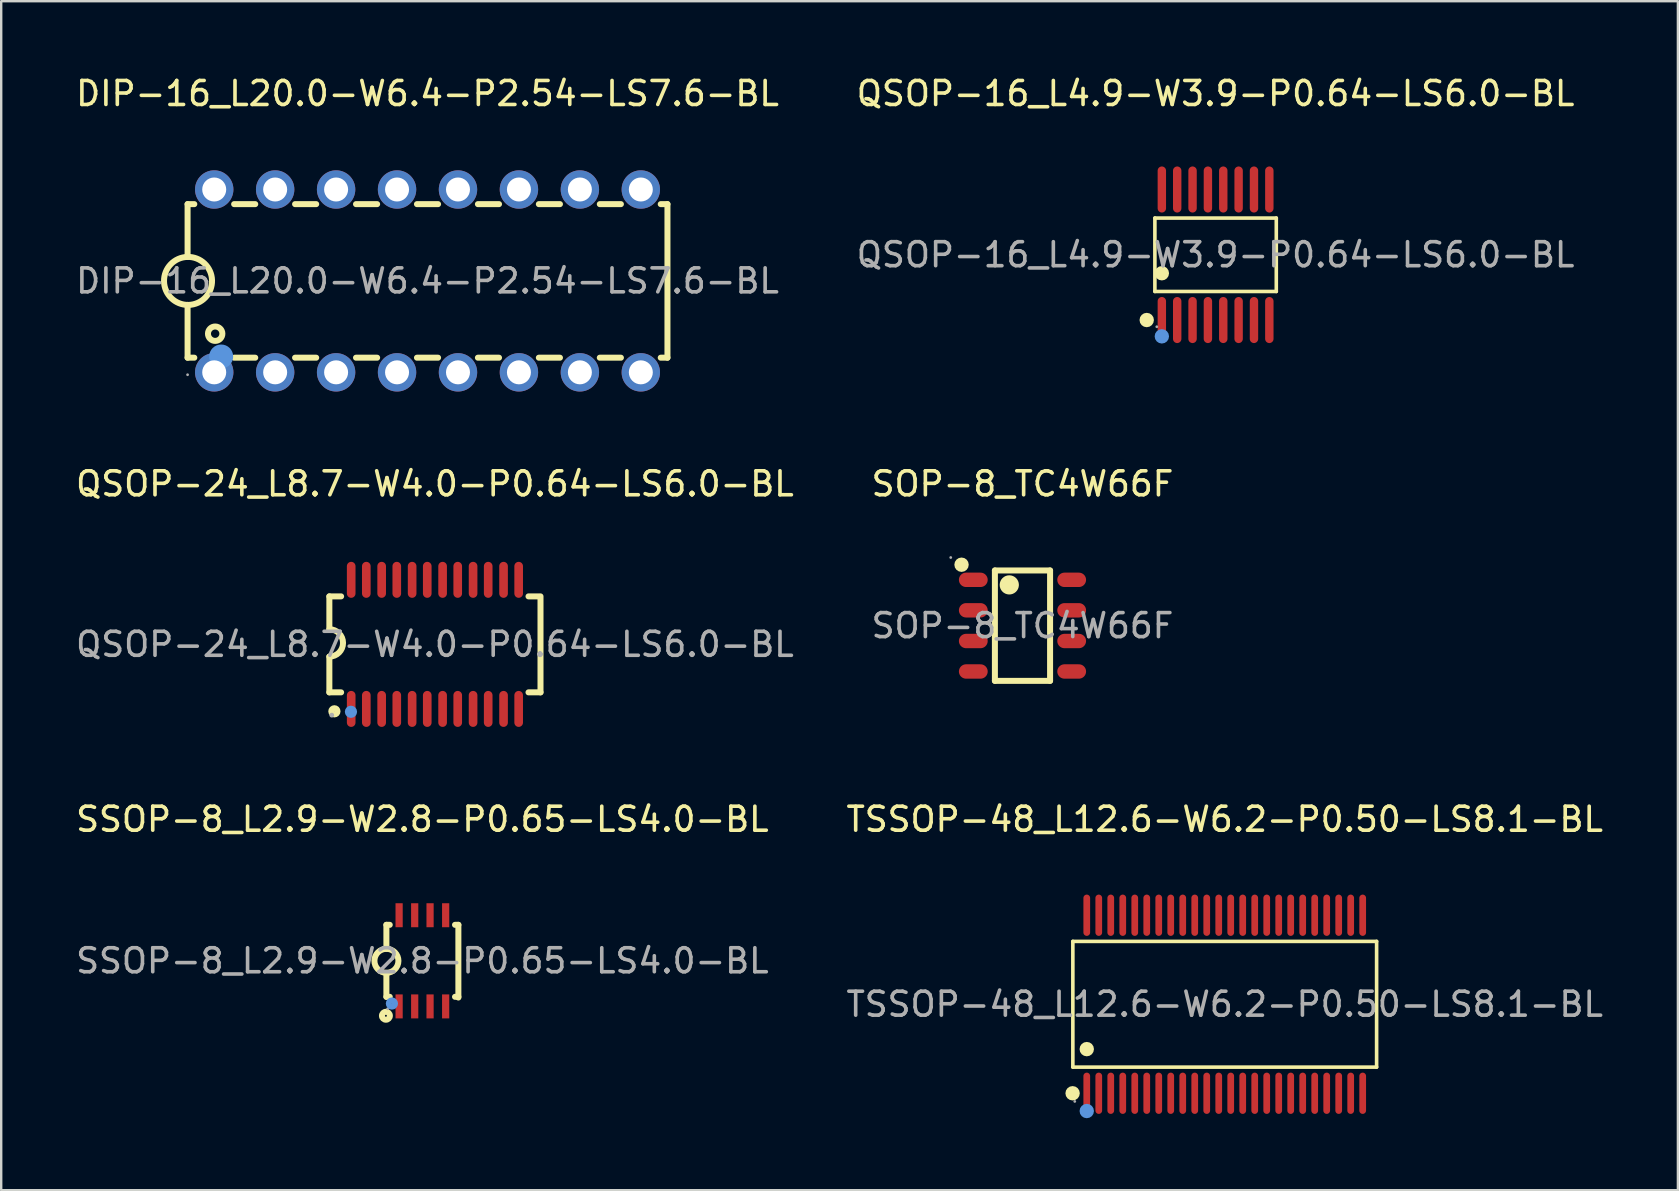
<source format=kicad_pcb>
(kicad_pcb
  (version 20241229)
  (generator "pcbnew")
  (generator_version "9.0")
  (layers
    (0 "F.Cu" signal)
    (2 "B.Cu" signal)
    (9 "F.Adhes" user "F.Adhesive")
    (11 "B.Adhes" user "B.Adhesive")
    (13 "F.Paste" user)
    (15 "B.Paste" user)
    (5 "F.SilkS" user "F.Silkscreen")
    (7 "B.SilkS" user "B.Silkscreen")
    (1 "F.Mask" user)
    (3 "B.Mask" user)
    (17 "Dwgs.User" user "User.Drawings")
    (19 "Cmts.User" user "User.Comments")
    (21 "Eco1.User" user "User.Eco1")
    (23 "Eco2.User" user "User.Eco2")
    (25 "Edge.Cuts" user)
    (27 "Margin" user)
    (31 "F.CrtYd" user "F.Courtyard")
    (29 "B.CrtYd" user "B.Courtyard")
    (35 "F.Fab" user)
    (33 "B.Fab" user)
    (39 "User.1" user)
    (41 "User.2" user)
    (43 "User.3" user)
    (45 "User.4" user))
  (footprint "QSOP-16_L4.9-W3.9-P0.64-LS6.0-BL"
    (layer "F.Cu")
    (at 47.613 7.568)
    (property "Reference" "QSOP-16_L4.9-W3.9-P0.64-LS6.0-BL" (at 0 -6.72 0) (layer "F.SilkS") (effects (font (size 1 1) (thickness 0.15))))
    (attr through_hole)
    (fp_line (start -2.53 -1.53) (end 2.53 -1.53) (stroke (width 0.15) (type solid)) (layer "F.SilkS"))
    (fp_line (start -2.53 1.53) (end -2.53 -1.53) (stroke (width 0.15) (type solid)) (layer "F.SilkS"))
    (fp_line (start 2.53 -1.53) (end 2.53 1.53) (stroke (width 0.15) (type solid)) (layer "F.SilkS"))
    (fp_line (start 2.53 1.53) (end -2.53 1.53) (stroke (width 0.15) (type solid)) (layer "F.SilkS"))
    (fp_circle (center -2.87 2.72) (end -2.72 2.72) (stroke (width 0.3) (type solid)) (fill no) (layer "F.SilkS"))
    (fp_circle (center -2.24 0.77) (end -2.09 0.77) (stroke (width 0.3) (type solid)) (fill no) (layer "F.SilkS"))
    (fp_circle (center -2.24 3.4) (end -2.09 3.4) (stroke (width 0.3) (type solid)) (fill no) (layer "Cmts.User"))
    (fp_circle (center -2.45 3) (end -2.42 3) (stroke (width 0.06) (type solid)) (fill no) (layer "F.Fab"))
    (fp_text user "${REFERENCE}" (at 0 0 0) (layer "F.Fab") (effects (font (size 1 1) (thickness 0.15))))
    (pad "1" smd oval (at -2.24 2.72) (size 0.35 1.92) (layers "F.Cu" "F.Mask" "F.Paste"))
    (pad "2" smd oval (at -1.6 2.72) (size 0.35 1.92) (layers "F.Cu" "F.Mask" "F.Paste"))
    (pad "3" smd oval (at -0.96 2.72) (size 0.35 1.92) (layers "F.Cu" "F.Mask" "F.Paste"))
    (pad "4" smd oval (at -0.32 2.72) (size 0.35 1.92) (layers "F.Cu" "F.Mask" "F.Paste"))
    (pad "5" smd oval (at 0.32 2.72) (size 0.35 1.92) (layers "F.Cu" "F.Mask" "F.Paste"))
    (pad "6" smd oval (at 0.96 2.72) (size 0.35 1.92) (layers "F.Cu" "F.Mask" "F.Paste"))
    (pad "7" smd oval (at 1.6 2.72) (size 0.35 1.92) (layers "F.Cu" "F.Mask" "F.Paste"))
    (pad "8" smd oval (at 2.24 2.72) (size 0.35 1.92) (layers "F.Cu" "F.Mask" "F.Paste"))
    (pad "9" smd oval (at 2.24 -2.72) (size 0.35 1.92) (layers "F.Cu" "F.Mask" "F.Paste"))
    (pad "10" smd oval (at 1.6 -2.72) (size 0.35 1.92) (layers "F.Cu" "F.Mask" "F.Paste"))
    (pad "11" smd oval (at 0.96 -2.72) (size 0.35 1.92) (layers "F.Cu" "F.Mask" "F.Paste"))
    (pad "12" smd oval (at 0.32 -2.72) (size 0.35 1.92) (layers "F.Cu" "F.Mask" "F.Paste"))
    (pad "13" smd oval (at -0.32 -2.72) (size 0.35 1.92) (layers "F.Cu" "F.Mask" "F.Paste"))
    (pad "14" smd oval (at -0.96 -2.72) (size 0.35 1.92) (layers "F.Cu" "F.Mask" "F.Paste"))
    (pad "15" smd oval (at -1.6 -2.72) (size 0.35 1.92) (layers "F.Cu" "F.Mask" "F.Paste"))
    (pad "16" smd oval (at -2.24 -2.72) (size 0.35 1.92) (layers "F.Cu" "F.Mask" "F.Paste")))
  (footprint "SSOP-8_L2.9-W2.8-P0.65-LS4.0-BL"
    (layer "F.Cu")
    (at 14.554 36.995)
    (property "Reference" "SSOP-8_L2.9-W2.8-P0.65-LS4.0-BL" (at 0 -5.9 0) (layer "F.SilkS") (effects (font (size 1 1) (thickness 0.15))))
    (attr through_hole)
    (fp_line (start -1.5 -1.5) (end -1.5 -0.5) (stroke (width 0.25) (type solid)) (layer "F.SilkS"))
    (fp_line (start -1.5 -1.5) (end -1.36 -1.5) (stroke (width 0.25) (type solid)) (layer "F.SilkS"))
    (fp_line (start -1.5 1.5) (end -1.5 0.5) (stroke (width 0.25) (type solid)) (layer "F.SilkS"))
    (fp_line (start -1.5 1.5) (end -1.36 1.5) (stroke (width 0.25) (type solid)) (layer "F.SilkS"))
    (fp_line (start 1.36 -1.5) (end 1.5 -1.5) (stroke (width 0.25) (type solid)) (layer "F.SilkS"))
    (fp_line (start 1.36 1.5) (end 1.5 1.5) (stroke (width 0.25) (type solid)) (layer "F.SilkS"))
    (fp_line (start 1.5 -1.5) (end 1.5 1.53) (stroke (width 0.25) (type solid)) (layer "F.SilkS"))
    (fp_arc (start -1.508726 0.499924) (mid -1.495637 -0.499981) (end -1.5 0.5) (stroke (width 0.25) (type solid)) (layer "F.SilkS"))
    (fp_circle (center -1.52 2.29) (end -1.48 2.29) (stroke (width 0.25) (type solid)) (fill no) (layer "F.SilkS"))
    (fp_circle (center -1.27 1.78) (end -1.14 1.78) (stroke (width 0.25) (type solid)) (fill no) (layer "Cmts.User"))
    (fp_circle (center -1.45 2) (end -1.42 2) (stroke (width 0.06) (type solid)) (fill no) (layer "F.Fab"))
    (fp_text user "${REFERENCE}" (at 0 0 0) (layer "F.Fab") (effects (font (size 1 1) (thickness 0.15))))
    (pad "1" smd rect (at -0.97 1.9) (size 0.3 1) (layers "F.Cu" "F.Mask" "F.Paste"))
    (pad "2" smd rect (at -0.32 1.9) (size 0.3 1) (layers "F.Cu" "F.Mask" "F.Paste"))
    (pad "3" smd rect (at 0.32 1.9) (size 0.3 1) (layers "F.Cu" "F.Mask" "F.Paste"))
    (pad "4" smd rect (at 0.97 1.9) (size 0.3 1) (layers "F.Cu" "F.Mask" "F.Paste"))
    (pad "5" smd rect (at 0.97 -1.9) (size 0.3 1) (layers "F.Cu" "F.Mask" "F.Paste"))
    (pad "6" smd rect (at 0.32 -1.9) (size 0.3 1) (layers "F.Cu" "F.Mask" "F.Paste"))
    (pad "7" smd rect (at -0.32 -1.9) (size 0.3 1) (layers "F.Cu" "F.Mask" "F.Paste"))
    (pad "8" smd rect (at -0.97 -1.9) (size 0.3 1) (layers "F.Cu" "F.Mask" "F.Paste")))
  (footprint "QSOP-24_L8.7-W4.0-P0.64-LS6.0-BL"
    (layer "F.Cu")
    (at 15.077 23.806)
    (property "Reference" "QSOP-24_L8.7-W4.0-P0.64-LS6.0-BL" (at 0 -6.69 0) (layer "F.SilkS") (effects (font (size 1 1) (thickness 0.15))))
    (attr through_hole)
    (fp_line (start -4.4 -2) (end -4.4 -0.63) (stroke (width 0.25) (type solid)) (layer "F.SilkS"))
    (fp_line (start -4.4 -2) (end -3.91 -2) (stroke (width 0.25) (type solid)) (layer "F.SilkS"))
    (fp_line (start -4.4 2) (end -4.4 0.51) (stroke (width 0.25) (type solid)) (layer "F.SilkS"))
    (fp_line (start -4.4 2) (end -3.91 2) (stroke (width 0.25) (type solid)) (layer "F.SilkS"))
    (fp_line (start 3.9 -2) (end 4.31 -2) (stroke (width 0.25) (type solid)) (layer "F.SilkS"))
    (fp_line (start 3.9 2) (end 4.4 2) (stroke (width 0.25) (type solid)) (layer "F.SilkS"))
    (fp_line (start 4.4 2) (end 4.4 -2) (stroke (width 0.25) (type solid)) (layer "F.SilkS"))
    (fp_arc (start -4.4 -0.63) (mid -3.83 -0.06) (end -4.4 0.51) (stroke (width 0.25) (type solid)) (layer "F.SilkS"))
    (fp_circle (center -4.19 2.79) (end -4.06 2.79) (stroke (width 0.25) (type solid)) (fill no) (layer "F.SilkS"))
    (fp_circle (center -3.5 2.81) (end -3.37 2.81) (stroke (width 0.25) (type solid)) (fill no) (layer "Cmts.User"))
    (fp_circle (center -4.3 2.95) (end -4.25 2.95) (stroke (width 0.1) (type solid)) (fill no) (layer "F.Fab"))
    (fp_text user "${REFERENCE}" (at 0 0 0) (layer "F.Fab") (effects (font (size 1 1) (thickness 0.15))))
    (pad "1" smd oval (at -3.49 2.69 90) (size 1.5 0.36) (layers "F.Cu" "F.Mask" "F.Paste"))
    (pad "2" smd oval (at -2.86 2.69 90) (size 1.5 0.36) (layers "F.Cu" "F.Mask" "F.Paste"))
    (pad "3" smd oval (at -2.22 2.69 90) (size 1.5 0.36) (layers "F.Cu" "F.Mask" "F.Paste"))
    (pad "4" smd oval (at -1.59 2.69 90) (size 1.5 0.36) (layers "F.Cu" "F.Mask" "F.Paste"))
    (pad "5" smd oval (at -0.95 2.69 90) (size 1.5 0.36) (layers "F.Cu" "F.Mask" "F.Paste"))
    (pad "6" smd oval (at -0.32 2.69 90) (size 1.5 0.36) (layers "F.Cu" "F.Mask" "F.Paste"))
    (pad "7" smd oval (at 0.32 2.69 90) (size 1.5 0.36) (layers "F.Cu" "F.Mask" "F.Paste"))
    (pad "8" smd oval (at 0.95 2.69 90) (size 1.5 0.36) (layers "F.Cu" "F.Mask" "F.Paste"))
    (pad "9" smd oval (at 1.59 2.69 90) (size 1.5 0.36) (layers "F.Cu" "F.Mask" "F.Paste"))
    (pad "10" smd oval (at 2.22 2.69 90) (size 1.5 0.36) (layers "F.Cu" "F.Mask" "F.Paste"))
    (pad "11" smd oval (at 2.86 2.69 90) (size 1.5 0.36) (layers "F.Cu" "F.Mask" "F.Paste"))
    (pad "12" smd oval (at 3.49 2.69 90) (size 1.5 0.36) (layers "F.Cu" "F.Mask" "F.Paste"))
    (pad "13" smd oval (at 3.49 -2.69 90) (size 1.5 0.36) (layers "F.Cu" "F.Mask" "F.Paste"))
    (pad "14" smd oval (at 2.86 -2.69 90) (size 1.5 0.36) (layers "F.Cu" "F.Mask" "F.Paste"))
    (pad "15" smd oval (at 2.22 -2.69 90) (size 1.5 0.36) (layers "F.Cu" "F.Mask" "F.Paste"))
    (pad "16" smd oval (at 1.59 -2.69 90) (size 1.5 0.36) (layers "F.Cu" "F.Mask" "F.Paste"))
    (pad "17" smd oval (at 0.95 -2.69 90) (size 1.5 0.36) (layers "F.Cu" "F.Mask" "F.Paste"))
    (pad "18" smd oval (at 0.32 -2.69 90) (size 1.5 0.36) (layers "F.Cu" "F.Mask" "F.Paste"))
    (pad "19" smd oval (at -0.32 -2.69 90) (size 1.5 0.36) (layers "F.Cu" "F.Mask" "F.Paste"))
    (pad "20" smd oval (at -0.95 -2.69 90) (size 1.5 0.36) (layers "F.Cu" "F.Mask" "F.Paste"))
    (pad "21" smd oval (at -1.59 -2.69 90) (size 1.5 0.36) (layers "F.Cu" "F.Mask" "F.Paste"))
    (pad "22" smd oval (at -2.22 -2.69 90) (size 1.5 0.36) (layers "F.Cu" "F.Mask" "F.Paste"))
    (pad "23" smd oval (at -2.86 -2.69 90) (size 1.5 0.36) (layers "F.Cu" "F.Mask" "F.Paste"))
    (pad "24" smd oval (at -3.49 -2.69 90) (size 1.5 0.36) (layers "F.Cu" "F.Mask" "F.Paste")))
  (footprint "TSSOP-48_L12.6-W6.2-P0.50-LS8.1-BL"
    (layer "F.Cu")
    (at 47.994 38.805)
    (property "Reference" "TSSOP-48_L12.6-W6.2-P0.50-LS8.1-BL" (at 0 -7.71 0) (layer "F.SilkS") (effects (font (size 1 1) (thickness 0.15))))
    (attr through_hole)
    (fp_line (start -6.33 -2.62) (end 6.33 -2.62) (stroke (width 0.15) (type solid)) (layer "F.SilkS"))
    (fp_line (start -6.33 2.62) (end -6.33 -2.62) (stroke (width 0.15) (type solid)) (layer "F.SilkS"))
    (fp_line (start 6.33 -2.62) (end 6.33 2.62) (stroke (width 0.15) (type solid)) (layer "F.SilkS"))
    (fp_line (start 6.33 2.62) (end -6.33 2.62) (stroke (width 0.15) (type solid)) (layer "F.SilkS"))
    (fp_circle (center -6.34 3.71) (end -6.19 3.71) (stroke (width 0.3) (type solid)) (fill no) (layer "F.SilkS"))
    (fp_circle (center -5.75 1.87) (end -5.6 1.87) (stroke (width 0.3) (type solid)) (fill no) (layer "F.SilkS"))
    (fp_circle (center -5.75 4.45) (end -5.6 4.45) (stroke (width 0.3) (type solid)) (fill no) (layer "Cmts.User"))
    (fp_circle (center -6.25 4.05) (end -6.22 4.05) (stroke (width 0.06) (type solid)) (fill no) (layer "F.Fab"))
    (fp_text user "${REFERENCE}" (at 0 0 0) (layer "F.Fab") (effects (font (size 1 1) (thickness 0.15))))
    (pad "1" smd oval (at -5.75 3.71) (size 0.28 1.72) (layers "F.Cu" "F.Mask" "F.Paste"))
    (pad "2" smd oval (at -5.25 3.71) (size 0.28 1.72) (layers "F.Cu" "F.Mask" "F.Paste"))
    (pad "3" smd oval (at -4.75 3.71) (size 0.28 1.72) (layers "F.Cu" "F.Mask" "F.Paste"))
    (pad "4" smd oval (at -4.25 3.71) (size 0.28 1.72) (layers "F.Cu" "F.Mask" "F.Paste"))
    (pad "5" smd oval (at -3.75 3.71) (size 0.28 1.72) (layers "F.Cu" "F.Mask" "F.Paste"))
    (pad "6" smd oval (at -3.25 3.71) (size 0.28 1.72) (layers "F.Cu" "F.Mask" "F.Paste"))
    (pad "7" smd oval (at -2.75 3.71) (size 0.28 1.72) (layers "F.Cu" "F.Mask" "F.Paste"))
    (pad "8" smd oval (at -2.25 3.71) (size 0.28 1.72) (layers "F.Cu" "F.Mask" "F.Paste"))
    (pad "9" smd oval (at -1.75 3.71) (size 0.28 1.72) (layers "F.Cu" "F.Mask" "F.Paste"))
    (pad "10" smd oval (at -1.25 3.71) (size 0.28 1.72) (layers "F.Cu" "F.Mask" "F.Paste"))
    (pad "11" smd oval (at -0.75 3.71) (size 0.28 1.72) (layers "F.Cu" "F.Mask" "F.Paste"))
    (pad "12" smd oval (at -0.25 3.71) (size 0.28 1.72) (layers "F.Cu" "F.Mask" "F.Paste"))
    (pad "13" smd oval (at 0.25 3.71) (size 0.28 1.72) (layers "F.Cu" "F.Mask" "F.Paste"))
    (pad "14" smd oval (at 0.75 3.71) (size 0.28 1.72) (layers "F.Cu" "F.Mask" "F.Paste"))
    (pad "15" smd oval (at 1.25 3.71) (size 0.28 1.72) (layers "F.Cu" "F.Mask" "F.Paste"))
    (pad "16" smd oval (at 1.75 3.71) (size 0.28 1.72) (layers "F.Cu" "F.Mask" "F.Paste"))
    (pad "17" smd oval (at 2.25 3.71) (size 0.28 1.72) (layers "F.Cu" "F.Mask" "F.Paste"))
    (pad "18" smd oval (at 2.75 3.71) (size 0.28 1.72) (layers "F.Cu" "F.Mask" "F.Paste"))
    (pad "19" smd oval (at 3.25 3.71) (size 0.28 1.72) (layers "F.Cu" "F.Mask" "F.Paste"))
    (pad "20" smd oval (at 3.75 3.71) (size 0.28 1.72) (layers "F.Cu" "F.Mask" "F.Paste"))
    (pad "21" smd oval (at 4.25 3.71) (size 0.28 1.72) (layers "F.Cu" "F.Mask" "F.Paste"))
    (pad "22" smd oval (at 4.75 3.71) (size 0.28 1.72) (layers "F.Cu" "F.Mask" "F.Paste"))
    (pad "23" smd oval (at 5.25 3.71) (size 0.28 1.72) (layers "F.Cu" "F.Mask" "F.Paste"))
    (pad "24" smd oval (at 5.75 3.71) (size 0.28 1.72) (layers "F.Cu" "F.Mask" "F.Paste"))
    (pad "25" smd oval (at 5.75 -3.71) (size 0.28 1.72) (layers "F.Cu" "F.Mask" "F.Paste"))
    (pad "26" smd oval (at 5.25 -3.71) (size 0.28 1.72) (layers "F.Cu" "F.Mask" "F.Paste"))
    (pad "27" smd oval (at 4.75 -3.71) (size 0.28 1.72) (layers "F.Cu" "F.Mask" "F.Paste"))
    (pad "28" smd oval (at 4.25 -3.71) (size 0.28 1.72) (layers "F.Cu" "F.Mask" "F.Paste"))
    (pad "29" smd oval (at 3.75 -3.71) (size 0.28 1.72) (layers "F.Cu" "F.Mask" "F.Paste"))
    (pad "30" smd oval (at 3.25 -3.71) (size 0.28 1.72) (layers "F.Cu" "F.Mask" "F.Paste"))
    (pad "31" smd oval (at 2.75 -3.71) (size 0.28 1.72) (layers "F.Cu" "F.Mask" "F.Paste"))
    (pad "32" smd oval (at 2.25 -3.71) (size 0.28 1.72) (layers "F.Cu" "F.Mask" "F.Paste"))
    (pad "33" smd oval (at 1.75 -3.71) (size 0.28 1.72) (layers "F.Cu" "F.Mask" "F.Paste"))
    (pad "34" smd oval (at 1.25 -3.71) (size 0.28 1.72) (layers "F.Cu" "F.Mask" "F.Paste"))
    (pad "35" smd oval (at 0.75 -3.71) (size 0.28 1.72) (layers "F.Cu" "F.Mask" "F.Paste"))
    (pad "36" smd oval (at 0.25 -3.71) (size 0.28 1.72) (layers "F.Cu" "F.Mask" "F.Paste"))
    (pad "37" smd oval (at -0.25 -3.71) (size 0.28 1.72) (layers "F.Cu" "F.Mask" "F.Paste"))
    (pad "38" smd oval (at -0.75 -3.71) (size 0.28 1.72) (layers "F.Cu" "F.Mask" "F.Paste"))
    (pad "39" smd oval (at -1.25 -3.71) (size 0.28 1.72) (layers "F.Cu" "F.Mask" "F.Paste"))
    (pad "40" smd oval (at -1.75 -3.71) (size 0.28 1.72) (layers "F.Cu" "F.Mask" "F.Paste"))
    (pad "41" smd oval (at -2.25 -3.71) (size 0.28 1.72) (layers "F.Cu" "F.Mask" "F.Paste"))
    (pad "42" smd oval (at -2.75 -3.71) (size 0.28 1.72) (layers "F.Cu" "F.Mask" "F.Paste"))
    (pad "43" smd oval (at -3.25 -3.71) (size 0.28 1.72) (layers "F.Cu" "F.Mask" "F.Paste"))
    (pad "44" smd oval (at -3.75 -3.71) (size 0.28 1.72) (layers "F.Cu" "F.Mask" "F.Paste"))
    (pad "45" smd oval (at -4.25 -3.71) (size 0.28 1.72) (layers "F.Cu" "F.Mask" "F.Paste"))
    (pad "46" smd oval (at -4.75 -3.71) (size 0.28 1.72) (layers "F.Cu" "F.Mask" "F.Paste"))
    (pad "47" smd oval (at -5.25 -3.71) (size 0.28 1.72) (layers "F.Cu" "F.Mask" "F.Paste"))
    (pad "48" smd oval (at -5.75 -3.71) (size 0.28 1.72) (layers "F.Cu" "F.Mask" "F.Paste")))
  (footprint "SOP-8_TC4W66F"
    (layer "F.Cu")
    (at 39.565 23.026)
    (property "Reference" "SOP-8_TC4W66F" (at 0 -5.91 0) (layer "F.SilkS") (effects (font (size 1 1) (thickness 0.15))))
    (attr through_hole)
    (fp_line (start -1.15 -2.3) (end 1.15 -2.3) (stroke (width 0.25) (type solid)) (layer "F.SilkS"))
    (fp_line (start -1.15 2.3) (end -1.15 -2.3) (stroke (width 0.25) (type solid)) (layer "F.SilkS"))
    (fp_line (start 1.15 -2.3) (end 1.15 2.3) (stroke (width 0.25) (type solid)) (layer "F.SilkS"))
    (fp_line (start 1.15 2.3) (end -1.15 2.3) (stroke (width 0.25) (type solid)) (layer "F.SilkS"))
    (fp_arc (start -2.54 -2.54) (mid -2.54 -2.54) (end -2.54 -2.54) (stroke (width 0.3) (type solid)) (layer "F.SilkS"))
    (fp_arc (start -0.35 -1.69) (mid -0.750188 -1.704988) (end -0.34975 -1.700027) (stroke (width 0.4) (type solid)) (layer "F.SilkS"))
    (fp_circle (center -2.99 -2.84) (end -2.96 -2.84) (stroke (width 0.06) (type solid)) (fill no) (layer "F.Fab"))
    (fp_text user "${REFERENCE}" (at 0 0 0) (layer "F.Fab") (effects (font (size 1 1) (thickness 0.15))))
    (pad "1" smd oval (at -2.05 -1.91 90) (size 0.6 1.2) (layers "F.Cu" "F.Mask" "F.Paste"))
    (pad "2" smd oval (at -2.05 -0.64 90) (size 0.6 1.2) (layers "F.Cu" "F.Mask" "F.Paste"))
    (pad "3" smd oval (at -2.05 0.64 90) (size 0.6 1.2) (layers "F.Cu" "F.Mask" "F.Paste"))
    (pad "4" smd oval (at -2.05 1.91 90) (size 0.6 1.2) (layers "F.Cu" "F.Mask" "F.Paste"))
    (pad "5" smd oval (at 2.05 1.91 270) (size 0.6 1.2) (layers "F.Cu" "F.Mask" "F.Paste"))
    (pad "6" smd oval (at 2.05 0.64 270) (size 0.6 1.2) (layers "F.Cu" "F.Mask" "F.Paste"))
    (pad "7" smd oval (at 2.05 -0.64 270) (size 0.6 1.2) (layers "F.Cu" "F.Mask" "F.Paste"))
    (pad "8" smd oval (at 2.05 -1.91 270) (size 0.6 1.2) (layers "F.Cu" "F.Mask" "F.Paste")))
  (footprint "DIP-16_L20.0-W6.4-P2.54-LS7.6-BL"
    (layer "F.Cu")
    (at 14.768 8.658)
    (property "Reference" "DIP-16_L20.0-W6.4-P2.54-LS7.6-BL" (at 0 -7.81 0) (layer "F.SilkS") (effects (font (size 1 1) (thickness 0.15))))
    (attr through_hole)
    (fp_line (start -10 -3.2) (end -9.72 -3.2) (stroke (width 0.25) (type solid)) (layer "F.SilkS"))
    (fp_line (start -10 -1) (end -10 -3.2) (stroke (width 0.25) (type solid)) (layer "F.SilkS"))
    (fp_line (start -10 3.2) (end -10 1) (stroke (width 0.25) (type solid)) (layer "F.SilkS"))
    (fp_line (start -10 3.2) (end -9.72 3.2) (stroke (width 0.25) (type solid)) (layer "F.SilkS"))
    (fp_line (start -8.06 -3.2) (end -7.18 -3.2) (stroke (width 0.25) (type solid)) (layer "F.SilkS"))
    (fp_line (start -8.06 3.2) (end -7.18 3.2) (stroke (width 0.25) (type solid)) (layer "F.SilkS"))
    (fp_line (start -5.52 -3.2) (end -4.64 -3.2) (stroke (width 0.25) (type solid)) (layer "F.SilkS"))
    (fp_line (start -5.52 3.2) (end -4.64 3.2) (stroke (width 0.25) (type solid)) (layer "F.SilkS"))
    (fp_line (start -2.98 -3.2) (end -2.1 -3.2) (stroke (width 0.25) (type solid)) (layer "F.SilkS"))
    (fp_line (start -2.98 3.2) (end -2.1 3.2) (stroke (width 0.25) (type solid)) (layer "F.SilkS"))
    (fp_line (start -0.44 -3.2) (end 0.44 -3.2) (stroke (width 0.25) (type solid)) (layer "F.SilkS"))
    (fp_line (start -0.44 3.2) (end 0.44 3.2) (stroke (width 0.25) (type solid)) (layer "F.SilkS"))
    (fp_line (start 2.1 -3.2) (end 2.98 -3.2) (stroke (width 0.25) (type solid)) (layer "F.SilkS"))
    (fp_line (start 2.1 3.2) (end 2.98 3.2) (stroke (width 0.25) (type solid)) (layer "F.SilkS"))
    (fp_line (start 4.64 -3.2) (end 5.52 -3.2) (stroke (width 0.25) (type solid)) (layer "F.SilkS"))
    (fp_line (start 4.64 3.2) (end 5.52 3.2) (stroke (width 0.25) (type solid)) (layer "F.SilkS"))
    (fp_line (start 7.18 -3.2) (end 8.06 -3.2) (stroke (width 0.25) (type solid)) (layer "F.SilkS"))
    (fp_line (start 7.18 3.2) (end 8.06 3.2) (stroke (width 0.25) (type solid)) (layer "F.SilkS"))
    (fp_line (start 9.72 -3.2) (end 10 -3.2) (stroke (width 0.25) (type solid)) (layer "F.SilkS"))
    (fp_line (start 9.72 3.2) (end 10 3.2) (stroke (width 0.25) (type solid)) (layer "F.SilkS"))
    (fp_line (start 10 3.2) (end 10 -3.2) (stroke (width 0.25) (type solid)) (layer "F.SilkS"))
    (fp_arc (start -9.967457 1.000371) (mid -10.001272 -1.000223) (end -9.95 1) (stroke (width 0.25) (type solid)) (layer "F.SilkS"))
    (fp_circle (center -8.85 2.2) (end -8.55 2.2) (stroke (width 0.25) (type solid)) (fill no) (layer "F.SilkS"))
    (fp_circle (center -8.6 3.15) (end -8.35 3.15) (stroke (width 0.5) (type solid)) (fill no) (layer "Cmts.User"))
    (fp_circle (center -10 3.91) (end -9.97 3.91) (stroke (width 0.06) (type solid)) (fill no) (layer "F.Fab"))
    (fp_text user "${REFERENCE}" (at 0 0 0) (layer "F.Fab") (effects (font (size 1 1) (thickness 0.15))))
    (pad "1" thru_hole circle (at -8.89 3.81 90) (size 1.6 1.6) (drill 1) (layers "*.Cu" "*.Paste" "*.Mask"))
    (pad "2" thru_hole circle (at -6.35 3.81 90) (size 1.6 1.6) (drill 1) (layers "*.Cu" "*.Paste" "*.Mask"))
    (pad "3" thru_hole circle (at -3.81 3.81 90) (size 1.6 1.6) (drill 1) (layers "*.Cu" "*.Paste" "*.Mask"))
    (pad "4" thru_hole circle (at -1.27 3.81 90) (size 1.6 1.6) (drill 1) (layers "*.Cu" "*.Paste" "*.Mask"))
    (pad "5" thru_hole circle (at 1.27 3.81 90) (size 1.6 1.6) (drill 1) (layers "*.Cu" "*.Paste" "*.Mask"))
    (pad "6" thru_hole circle (at 3.81 3.81 90) (size 1.6 1.6) (drill 1) (layers "*.Cu" "*.Paste" "*.Mask"))
    (pad "7" thru_hole circle (at 6.35 3.81 90) (size 1.6 1.6) (drill 1) (layers "*.Cu" "*.Paste" "*.Mask"))
    (pad "8" thru_hole circle (at 8.89 3.81 90) (size 1.6 1.6) (drill 1) (layers "*.Cu" "*.Paste" "*.Mask"))
    (pad "9" thru_hole circle (at 8.89 -3.81 90) (size 1.6 1.6) (drill 1) (layers "*.Cu" "*.Paste" "*.Mask"))
    (pad "10" thru_hole circle (at 6.35 -3.81 90) (size 1.6 1.6) (drill 1) (layers "*.Cu" "*.Paste" "*.Mask"))
    (pad "11" thru_hole circle (at 3.81 -3.81 90) (size 1.6 1.6) (drill 1) (layers "*.Cu" "*.Paste" "*.Mask"))
    (pad "12" thru_hole circle (at 1.27 -3.81 90) (size 1.6 1.6) (drill 1) (layers "*.Cu" "*.Paste" "*.Mask"))
    (pad "13" thru_hole circle (at -1.27 -3.81 90) (size 1.6 1.6) (drill 1) (layers "*.Cu" "*.Paste" "*.Mask"))
    (pad "14" thru_hole circle (at -3.81 -3.81 90) (size 1.6 1.6) (drill 1) (layers "*.Cu" "*.Paste" "*.Mask"))
    (pad "15" thru_hole circle (at -6.35 -3.81 90) (size 1.6 1.6) (drill 1) (layers "*.Cu" "*.Paste" "*.Mask"))
    (pad "16" thru_hole circle (at -8.89 -3.81 90) (size 1.6 1.6) (drill 1) (layers "*.Cu" "*.Paste" "*.Mask")))
  (gr_rect
    (start -3 -3)
    (end 66.881 46.555)
    (stroke (width 0.1) (type default))
    (fill no)
    (layer "Edge.Cuts")))
</source>
